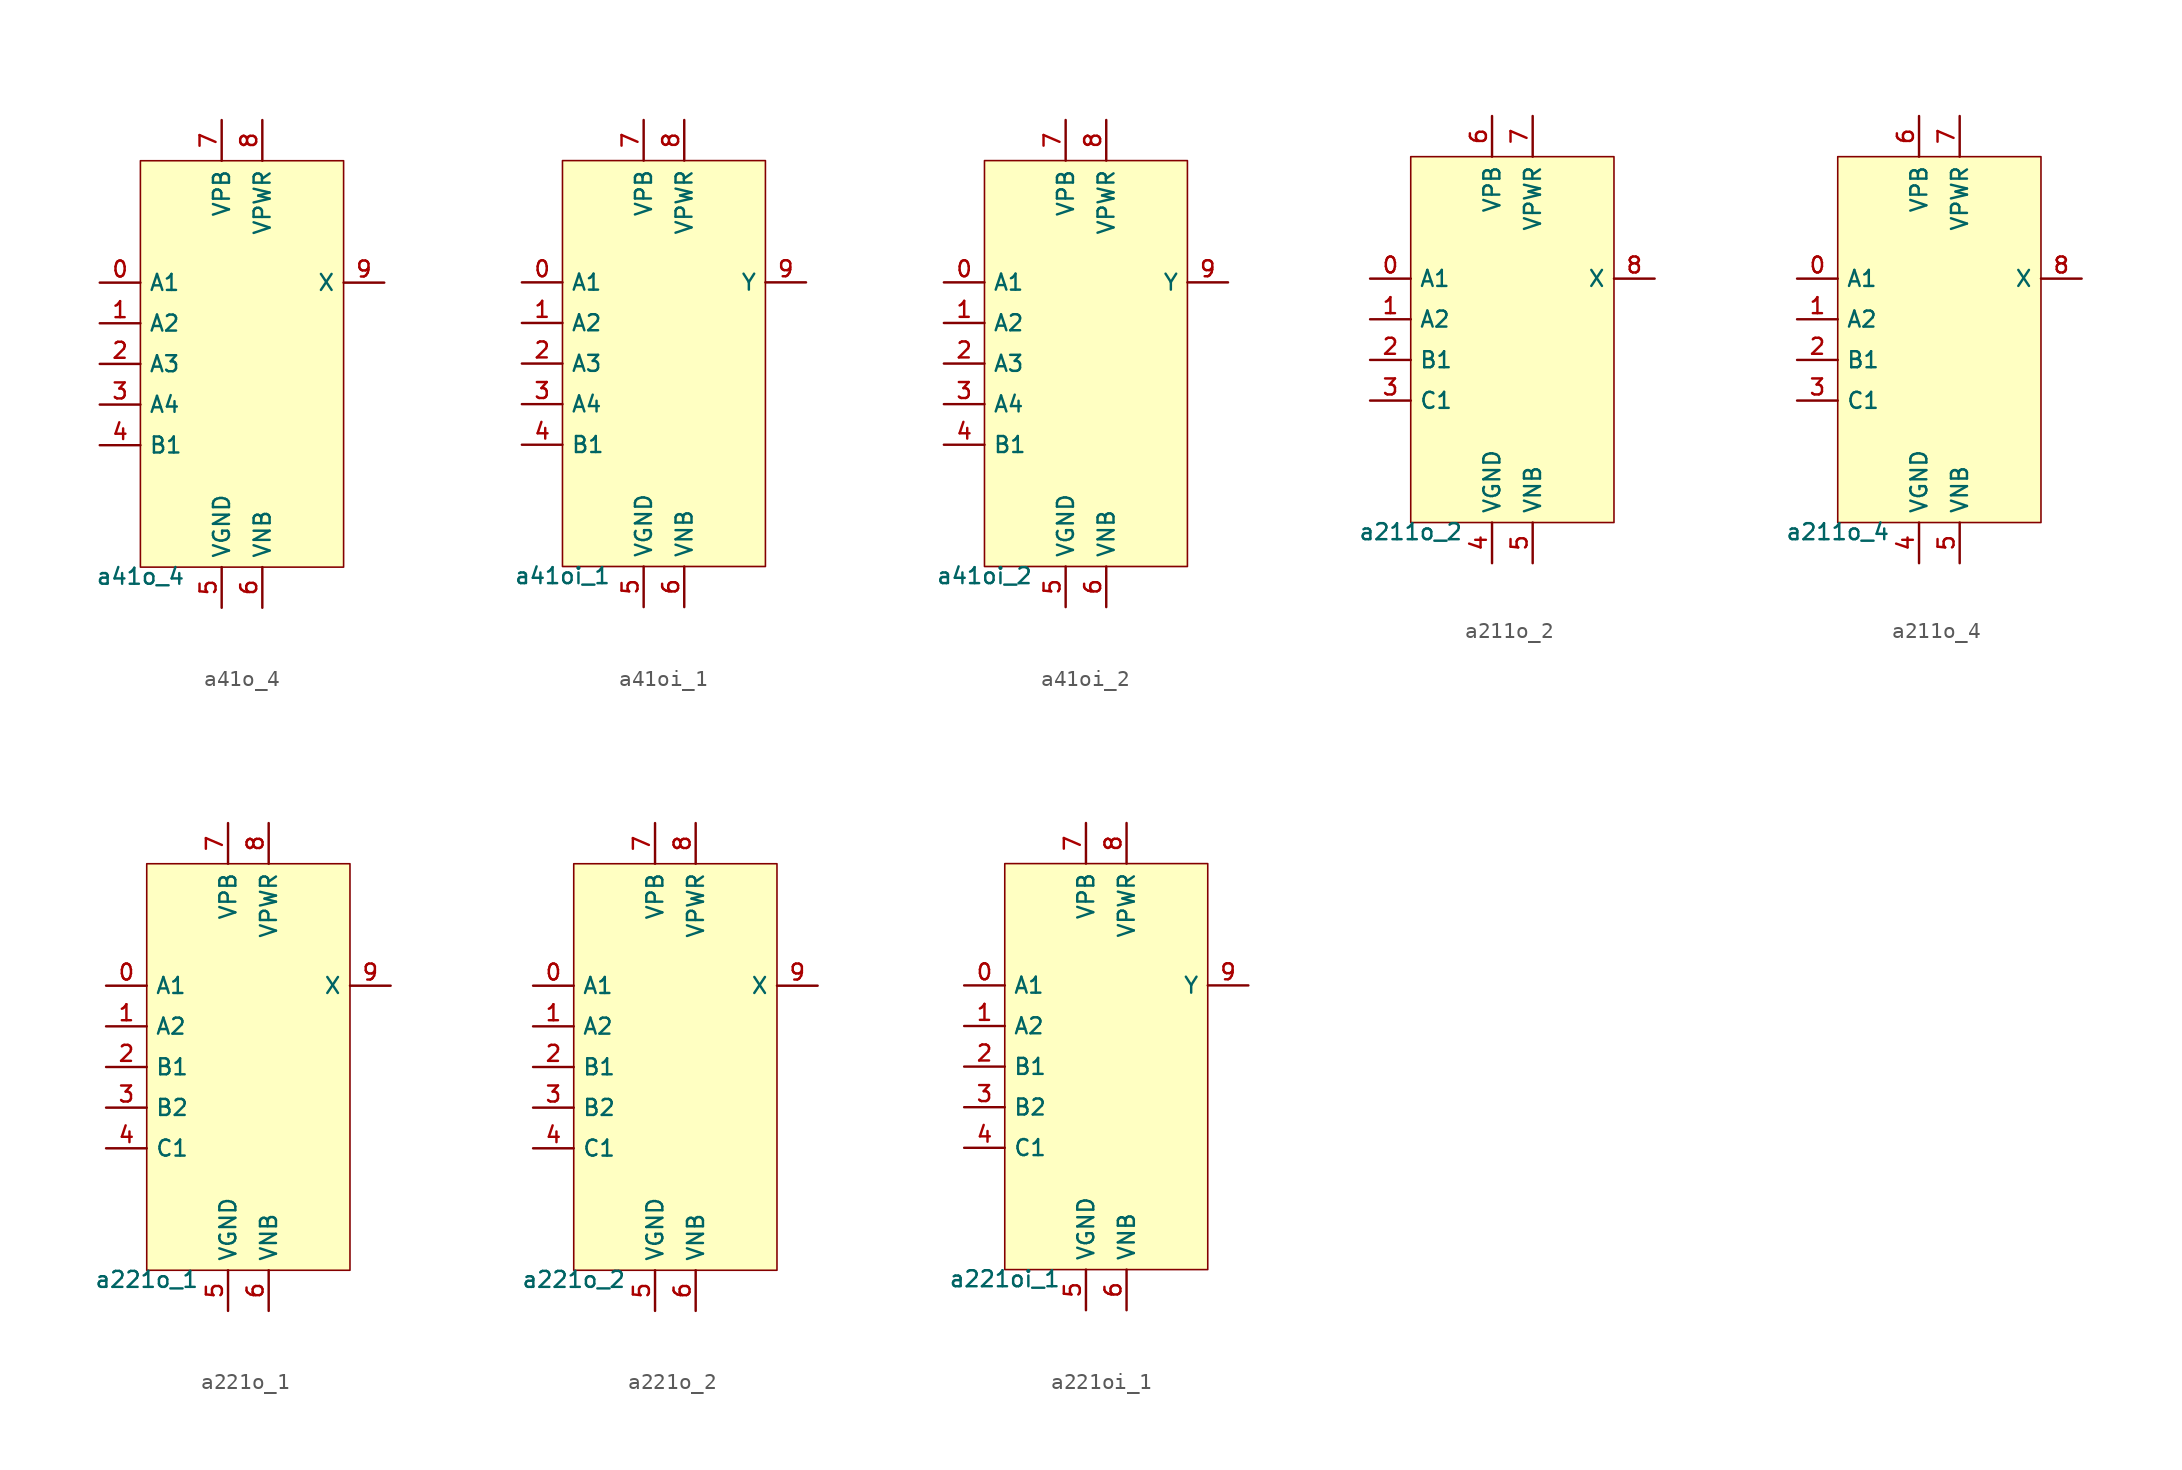
<source format=kicad_sym>
(kicad_symbol_lib
  (version 20211014)
  (generator lef2kicad_sym)
  (symbol "a41o_4"
    (property "Reference" "CELL"
      (at 0 0 0)
      (effects (font (size 1 1)) hide))
    (property "Value" "a41o_4"
      (at -6.35 -12.7 0)
      (effects (font (size 1 1)) (justify top)))
    (rectangle
      (start -6.35 -12.7)
      (end 6.35 12.7)
      (stroke (width 0.1) (type solid) (color 0 0 0 0))
      (fill (type background)))
    (pin input line
      (at -8.89 5.08 0)
      (length 2.54)
      (name "A1" (effects (font (size 1 1)) hide))
      (number "0" (effects (font (size 1 1)) hide)))
    (pin input line
      (at -8.89 2.54 0)
      (length 2.54)
      (name "A2" (effects (font (size 1 1)) hide))
      (number "1" (effects (font (size 1 1)) hide)))
    (pin input line
      (at -8.89 -8.881784197001252e-16 0)
      (length 2.54)
      (name "A3" (effects (font (size 1 1)) hide))
      (number "2" (effects (font (size 1 1)) hide)))
    (pin input line
      (at -8.89 -2.54 0)
      (length 2.54)
      (name "A4" (effects (font (size 1 1)) hide))
      (number "3" (effects (font (size 1 1)) hide)))
    (pin input line
      (at -8.89 -5.08 0)
      (length 2.54)
      (name "B1" (effects (font (size 1 1)) hide))
      (number "4" (effects (font (size 1 1)) hide)))
    (pin power_in line
      (at -1.27 -15.24 90)
      (length 2.54)
      (name "VGND" (effects (font (size 1 1)) hide))
      (number "5" (effects (font (size 1 1)) hide)))
    (pin power_in line
      (at 1.27 -15.24 90)
      (length 2.54)
      (name "VNB" (effects (font (size 1 1)) hide))
      (number "6" (effects (font (size 1 1)) hide)))
    (pin power_in line
      (at -1.27 15.24 270)
      (length 2.54)
      (name "VPB" (effects (font (size 1 1)) hide))
      (number "7" (effects (font (size 1 1)) hide)))
    (pin power_in line
      (at 1.27 15.24 270)
      (length 2.54)
      (name "VPWR" (effects (font (size 1 1)) hide))
      (number "8" (effects (font (size 1 1)) hide)))
    (pin output line
      (at 8.89 5.08 180)
      (length 2.54)
      (name "X" (effects (font (size 1 1)) hide))
      (number "9" (effects (font (size 1 1)) hide))))
  (symbol "a41oi_1"
    (property "Reference" "CELL"
      (at 0 0 0)
      (effects (font (size 1 1)) hide))
    (property "Value" "a41oi_1"
      (at -6.35 -12.7 0)
      (effects (font (size 1 1)) (justify top)))
    (rectangle
      (start -6.35 -12.7)
      (end 6.35 12.7)
      (stroke (width 0.1) (type solid) (color 0 0 0 0))
      (fill (type background)))
    (pin input line
      (at -8.89 5.08 0)
      (length 2.54)
      (name "A1" (effects (font (size 1 1)) hide))
      (number "0" (effects (font (size 1 1)) hide)))
    (pin input line
      (at -8.89 2.54 0)
      (length 2.54)
      (name "A2" (effects (font (size 1 1)) hide))
      (number "1" (effects (font (size 1 1)) hide)))
    (pin input line
      (at -8.89 -8.881784197001252e-16 0)
      (length 2.54)
      (name "A3" (effects (font (size 1 1)) hide))
      (number "2" (effects (font (size 1 1)) hide)))
    (pin input line
      (at -8.89 -2.54 0)
      (length 2.54)
      (name "A4" (effects (font (size 1 1)) hide))
      (number "3" (effects (font (size 1 1)) hide)))
    (pin input line
      (at -8.89 -5.08 0)
      (length 2.54)
      (name "B1" (effects (font (size 1 1)) hide))
      (number "4" (effects (font (size 1 1)) hide)))
    (pin power_in line
      (at -1.27 -15.24 90)
      (length 2.54)
      (name "VGND" (effects (font (size 1 1)) hide))
      (number "5" (effects (font (size 1 1)) hide)))
    (pin power_in line
      (at 1.27 -15.24 90)
      (length 2.54)
      (name "VNB" (effects (font (size 1 1)) hide))
      (number "6" (effects (font (size 1 1)) hide)))
    (pin power_in line
      (at -1.27 15.24 270)
      (length 2.54)
      (name "VPB" (effects (font (size 1 1)) hide))
      (number "7" (effects (font (size 1 1)) hide)))
    (pin power_in line
      (at 1.27 15.24 270)
      (length 2.54)
      (name "VPWR" (effects (font (size 1 1)) hide))
      (number "8" (effects (font (size 1 1)) hide)))
    (pin output line
      (at 8.89 5.08 180)
      (length 2.54)
      (name "Y" (effects (font (size 1 1)) hide))
      (number "9" (effects (font (size 1 1)) hide))))
  (symbol "a41oi_2"
    (property "Reference" "CELL"
      (at 0 0 0)
      (effects (font (size 1 1)) hide))
    (property "Value" "a41oi_2"
      (at -6.35 -12.7 0)
      (effects (font (size 1 1)) (justify top)))
    (rectangle
      (start -6.35 -12.7)
      (end 6.35 12.7)
      (stroke (width 0.1) (type solid) (color 0 0 0 0))
      (fill (type background)))
    (pin input line
      (at -8.89 5.08 0)
      (length 2.54)
      (name "A1" (effects (font (size 1 1)) hide))
      (number "0" (effects (font (size 1 1)) hide)))
    (pin input line
      (at -8.89 2.54 0)
      (length 2.54)
      (name "A2" (effects (font (size 1 1)) hide))
      (number "1" (effects (font (size 1 1)) hide)))
    (pin input line
      (at -8.89 -8.881784197001252e-16 0)
      (length 2.54)
      (name "A3" (effects (font (size 1 1)) hide))
      (number "2" (effects (font (size 1 1)) hide)))
    (pin input line
      (at -8.89 -2.54 0)
      (length 2.54)
      (name "A4" (effects (font (size 1 1)) hide))
      (number "3" (effects (font (size 1 1)) hide)))
    (pin input line
      (at -8.89 -5.08 0)
      (length 2.54)
      (name "B1" (effects (font (size 1 1)) hide))
      (number "4" (effects (font (size 1 1)) hide)))
    (pin power_in line
      (at -1.27 -15.24 90)
      (length 2.54)
      (name "VGND" (effects (font (size 1 1)) hide))
      (number "5" (effects (font (size 1 1)) hide)))
    (pin power_in line
      (at 1.27 -15.24 90)
      (length 2.54)
      (name "VNB" (effects (font (size 1 1)) hide))
      (number "6" (effects (font (size 1 1)) hide)))
    (pin power_in line
      (at -1.27 15.24 270)
      (length 2.54)
      (name "VPB" (effects (font (size 1 1)) hide))
      (number "7" (effects (font (size 1 1)) hide)))
    (pin power_in line
      (at 1.27 15.24 270)
      (length 2.54)
      (name "VPWR" (effects (font (size 1 1)) hide))
      (number "8" (effects (font (size 1 1)) hide)))
    (pin output line
      (at 8.89 5.08 180)
      (length 2.54)
      (name "Y" (effects (font (size 1 1)) hide))
      (number "9" (effects (font (size 1 1)) hide))))
  (symbol "a211o_2"
    (property "Reference" "CELL"
      (at 0 0 0)
      (effects (font (size 1 1)) hide))
    (property "Value" "a211o_2"
      (at -6.35 -11.43 0)
      (effects (font (size 1 1)) (justify top)))
    (rectangle
      (start -6.35 -11.43)
      (end 6.35 11.43)
      (stroke (width 0.1) (type solid) (color 0 0 0 0))
      (fill (type background)))
    (pin input line
      (at -8.89 3.81 0)
      (length 2.54)
      (name "A1" (effects (font (size 1 1)) hide))
      (number "0" (effects (font (size 1 1)) hide)))
    (pin input line
      (at -8.89 1.27 0)
      (length 2.54)
      (name "A2" (effects (font (size 1 1)) hide))
      (number "1" (effects (font (size 1 1)) hide)))
    (pin input line
      (at -8.89 -1.27 0)
      (length 2.54)
      (name "B1" (effects (font (size 1 1)) hide))
      (number "2" (effects (font (size 1 1)) hide)))
    (pin input line
      (at -8.89 -3.81 0)
      (length 2.54)
      (name "C1" (effects (font (size 1 1)) hide))
      (number "3" (effects (font (size 1 1)) hide)))
    (pin power_in line
      (at -1.27 -13.97 90)
      (length 2.54)
      (name "VGND" (effects (font (size 1 1)) hide))
      (number "4" (effects (font (size 1 1)) hide)))
    (pin power_in line
      (at 1.27 -13.97 90)
      (length 2.54)
      (name "VNB" (effects (font (size 1 1)) hide))
      (number "5" (effects (font (size 1 1)) hide)))
    (pin power_in line
      (at -1.27 13.97 270)
      (length 2.54)
      (name "VPB" (effects (font (size 1 1)) hide))
      (number "6" (effects (font (size 1 1)) hide)))
    (pin power_in line
      (at 1.27 13.97 270)
      (length 2.54)
      (name "VPWR" (effects (font (size 1 1)) hide))
      (number "7" (effects (font (size 1 1)) hide)))
    (pin output line
      (at 8.89 3.81 180)
      (length 2.54)
      (name "X" (effects (font (size 1 1)) hide))
      (number "8" (effects (font (size 1 1)) hide))))
  (symbol "a211o_4"
    (property "Reference" "CELL"
      (at 0 0 0)
      (effects (font (size 1 1)) hide))
    (property "Value" "a211o_4"
      (at -6.35 -11.43 0)
      (effects (font (size 1 1)) (justify top)))
    (rectangle
      (start -6.35 -11.43)
      (end 6.35 11.43)
      (stroke (width 0.1) (type solid) (color 0 0 0 0))
      (fill (type background)))
    (pin input line
      (at -8.89 3.81 0)
      (length 2.54)
      (name "A1" (effects (font (size 1 1)) hide))
      (number "0" (effects (font (size 1 1)) hide)))
    (pin input line
      (at -8.89 1.27 0)
      (length 2.54)
      (name "A2" (effects (font (size 1 1)) hide))
      (number "1" (effects (font (size 1 1)) hide)))
    (pin input line
      (at -8.89 -1.27 0)
      (length 2.54)
      (name "B1" (effects (font (size 1 1)) hide))
      (number "2" (effects (font (size 1 1)) hide)))
    (pin input line
      (at -8.89 -3.81 0)
      (length 2.54)
      (name "C1" (effects (font (size 1 1)) hide))
      (number "3" (effects (font (size 1 1)) hide)))
    (pin power_in line
      (at -1.27 -13.97 90)
      (length 2.54)
      (name "VGND" (effects (font (size 1 1)) hide))
      (number "4" (effects (font (size 1 1)) hide)))
    (pin power_in line
      (at 1.27 -13.97 90)
      (length 2.54)
      (name "VNB" (effects (font (size 1 1)) hide))
      (number "5" (effects (font (size 1 1)) hide)))
    (pin power_in line
      (at -1.27 13.97 270)
      (length 2.54)
      (name "VPB" (effects (font (size 1 1)) hide))
      (number "6" (effects (font (size 1 1)) hide)))
    (pin power_in line
      (at 1.27 13.97 270)
      (length 2.54)
      (name "VPWR" (effects (font (size 1 1)) hide))
      (number "7" (effects (font (size 1 1)) hide)))
    (pin output line
      (at 8.89 3.81 180)
      (length 2.54)
      (name "X" (effects (font (size 1 1)) hide))
      (number "8" (effects (font (size 1 1)) hide))))
  (symbol "a221o_1"
    (property "Reference" "CELL"
      (at 0 0 0)
      (effects (font (size 1 1)) hide))
    (property "Value" "a221o_1"
      (at -6.35 -12.7 0)
      (effects (font (size 1 1)) (justify top)))
    (rectangle
      (start -6.35 -12.7)
      (end 6.35 12.7)
      (stroke (width 0.1) (type solid) (color 0 0 0 0))
      (fill (type background)))
    (pin input line
      (at -8.89 5.08 0)
      (length 2.54)
      (name "A1" (effects (font (size 1 1)) hide))
      (number "0" (effects (font (size 1 1)) hide)))
    (pin input line
      (at -8.89 2.54 0)
      (length 2.54)
      (name "A2" (effects (font (size 1 1)) hide))
      (number "1" (effects (font (size 1 1)) hide)))
    (pin input line
      (at -8.89 -8.881784197001252e-16 0)
      (length 2.54)
      (name "B1" (effects (font (size 1 1)) hide))
      (number "2" (effects (font (size 1 1)) hide)))
    (pin input line
      (at -8.89 -2.54 0)
      (length 2.54)
      (name "B2" (effects (font (size 1 1)) hide))
      (number "3" (effects (font (size 1 1)) hide)))
    (pin input line
      (at -8.89 -5.08 0)
      (length 2.54)
      (name "C1" (effects (font (size 1 1)) hide))
      (number "4" (effects (font (size 1 1)) hide)))
    (pin power_in line
      (at -1.27 -15.24 90)
      (length 2.54)
      (name "VGND" (effects (font (size 1 1)) hide))
      (number "5" (effects (font (size 1 1)) hide)))
    (pin power_in line
      (at 1.27 -15.24 90)
      (length 2.54)
      (name "VNB" (effects (font (size 1 1)) hide))
      (number "6" (effects (font (size 1 1)) hide)))
    (pin power_in line
      (at -1.27 15.24 270)
      (length 2.54)
      (name "VPB" (effects (font (size 1 1)) hide))
      (number "7" (effects (font (size 1 1)) hide)))
    (pin power_in line
      (at 1.27 15.24 270)
      (length 2.54)
      (name "VPWR" (effects (font (size 1 1)) hide))
      (number "8" (effects (font (size 1 1)) hide)))
    (pin output line
      (at 8.89 5.08 180)
      (length 2.54)
      (name "X" (effects (font (size 1 1)) hide))
      (number "9" (effects (font (size 1 1)) hide))))
  (symbol "a221o_2"
    (property "Reference" "CELL"
      (at 0 0 0)
      (effects (font (size 1 1)) hide))
    (property "Value" "a221o_2"
      (at -6.35 -12.7 0)
      (effects (font (size 1 1)) (justify top)))
    (rectangle
      (start -6.35 -12.7)
      (end 6.35 12.7)
      (stroke (width 0.1) (type solid) (color 0 0 0 0))
      (fill (type background)))
    (pin input line
      (at -8.89 5.08 0)
      (length 2.54)
      (name "A1" (effects (font (size 1 1)) hide))
      (number "0" (effects (font (size 1 1)) hide)))
    (pin input line
      (at -8.89 2.54 0)
      (length 2.54)
      (name "A2" (effects (font (size 1 1)) hide))
      (number "1" (effects (font (size 1 1)) hide)))
    (pin input line
      (at -8.89 -8.881784197001252e-16 0)
      (length 2.54)
      (name "B1" (effects (font (size 1 1)) hide))
      (number "2" (effects (font (size 1 1)) hide)))
    (pin input line
      (at -8.89 -2.54 0)
      (length 2.54)
      (name "B2" (effects (font (size 1 1)) hide))
      (number "3" (effects (font (size 1 1)) hide)))
    (pin input line
      (at -8.89 -5.08 0)
      (length 2.54)
      (name "C1" (effects (font (size 1 1)) hide))
      (number "4" (effects (font (size 1 1)) hide)))
    (pin power_in line
      (at -1.27 -15.24 90)
      (length 2.54)
      (name "VGND" (effects (font (size 1 1)) hide))
      (number "5" (effects (font (size 1 1)) hide)))
    (pin power_in line
      (at 1.27 -15.24 90)
      (length 2.54)
      (name "VNB" (effects (font (size 1 1)) hide))
      (number "6" (effects (font (size 1 1)) hide)))
    (pin power_in line
      (at -1.27 15.24 270)
      (length 2.54)
      (name "VPB" (effects (font (size 1 1)) hide))
      (number "7" (effects (font (size 1 1)) hide)))
    (pin power_in line
      (at 1.27 15.24 270)
      (length 2.54)
      (name "VPWR" (effects (font (size 1 1)) hide))
      (number "8" (effects (font (size 1 1)) hide)))
    (pin output line
      (at 8.89 5.08 180)
      (length 2.54)
      (name "X" (effects (font (size 1 1)) hide))
      (number "9" (effects (font (size 1 1)) hide))))
  (symbol "a221oi_1"
    (property "Reference" "CELL"
      (at 0 0 0)
      (effects (font (size 1 1)) hide))
    (property "Value" "a221oi_1"
      (at -6.35 -12.7 0)
      (effects (font (size 1 1)) (justify top)))
    (rectangle
      (start -6.35 -12.7)
      (end 6.35 12.7)
      (stroke (width 0.1) (type solid) (color 0 0 0 0))
      (fill (type background)))
    (pin input line
      (at -8.89 5.08 0)
      (length 2.54)
      (name "A1" (effects (font (size 1 1)) hide))
      (number "0" (effects (font (size 1 1)) hide)))
    (pin input line
      (at -8.89 2.54 0)
      (length 2.54)
      (name "A2" (effects (font (size 1 1)) hide))
      (number "1" (effects (font (size 1 1)) hide)))
    (pin input line
      (at -8.89 -8.881784197001252e-16 0)
      (length 2.54)
      (name "B1" (effects (font (size 1 1)) hide))
      (number "2" (effects (font (size 1 1)) hide)))
    (pin input line
      (at -8.89 -2.54 0)
      (length 2.54)
      (name "B2" (effects (font (size 1 1)) hide))
      (number "3" (effects (font (size 1 1)) hide)))
    (pin input line
      (at -8.89 -5.08 0)
      (length 2.54)
      (name "C1" (effects (font (size 1 1)) hide))
      (number "4" (effects (font (size 1 1)) hide)))
    (pin power_in line
      (at -1.27 -15.24 90)
      (length 2.54)
      (name "VGND" (effects (font (size 1 1)) hide))
      (number "5" (effects (font (size 1 1)) hide)))
    (pin power_in line
      (at 1.27 -15.24 90)
      (length 2.54)
      (name "VNB" (effects (font (size 1 1)) hide))
      (number "6" (effects (font (size 1 1)) hide)))
    (pin power_in line
      (at -1.27 15.24 270)
      (length 2.54)
      (name "VPB" (effects (font (size 1 1)) hide))
      (number "7" (effects (font (size 1 1)) hide)))
    (pin power_in line
      (at 1.27 15.24 270)
      (length 2.54)
      (name "VPWR" (effects (font (size 1 1)) hide))
      (number "8" (effects (font (size 1 1)) hide)))
    (pin output line
      (at 8.89 5.08 180)
      (length 2.54)
      (name "Y" (effects (font (size 1 1)) hide))
      (number "9" (effects (font (size 1 1)) hide)))))
</source>
